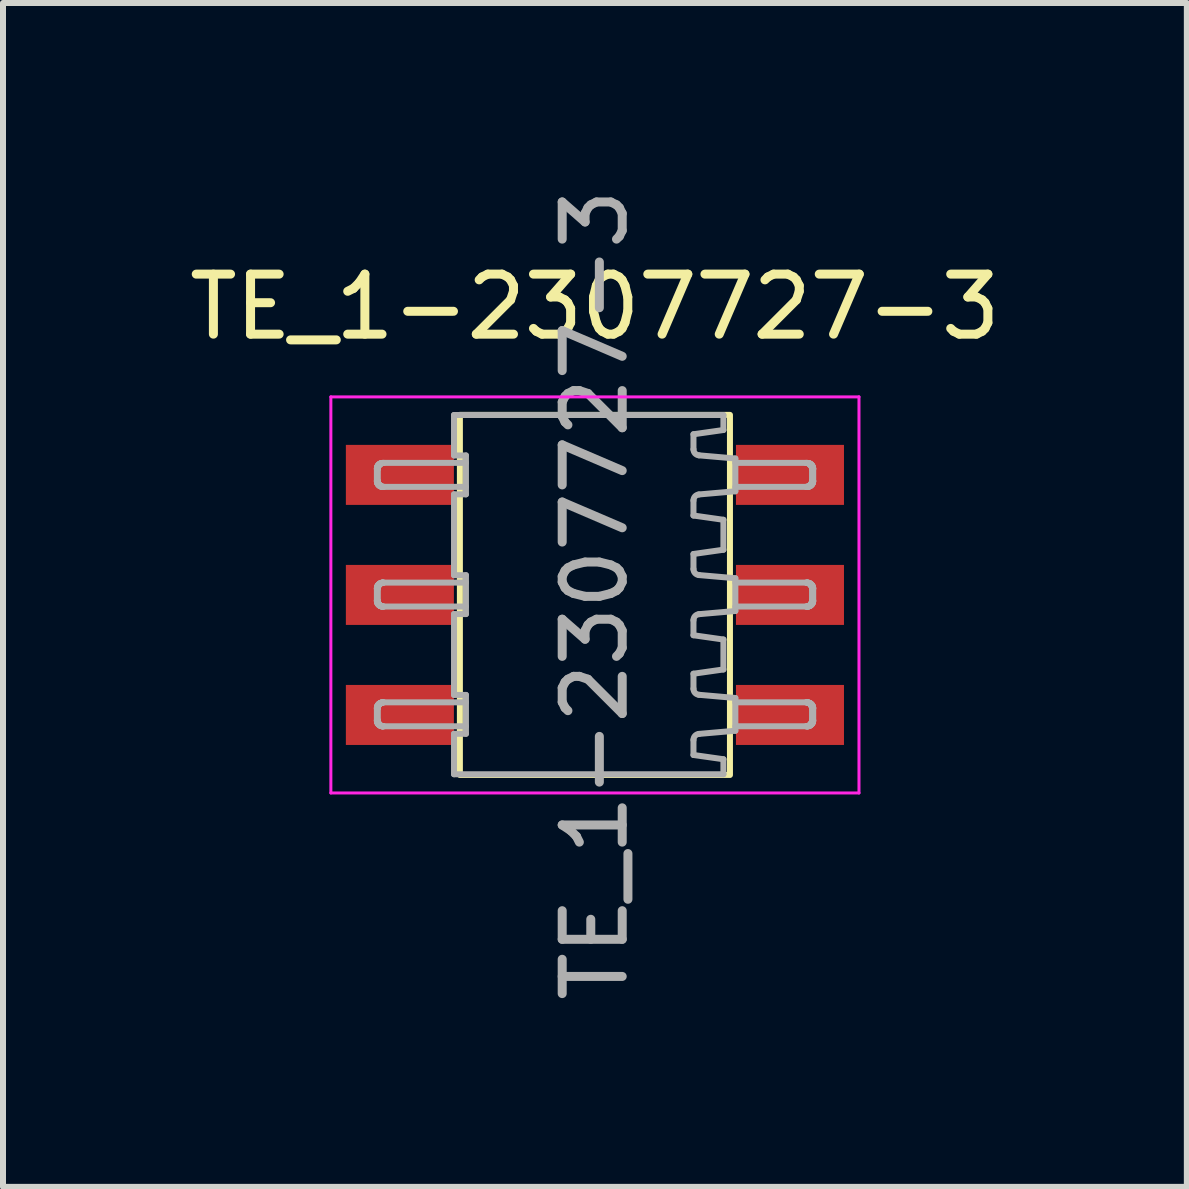
<source format=kicad_pcb>
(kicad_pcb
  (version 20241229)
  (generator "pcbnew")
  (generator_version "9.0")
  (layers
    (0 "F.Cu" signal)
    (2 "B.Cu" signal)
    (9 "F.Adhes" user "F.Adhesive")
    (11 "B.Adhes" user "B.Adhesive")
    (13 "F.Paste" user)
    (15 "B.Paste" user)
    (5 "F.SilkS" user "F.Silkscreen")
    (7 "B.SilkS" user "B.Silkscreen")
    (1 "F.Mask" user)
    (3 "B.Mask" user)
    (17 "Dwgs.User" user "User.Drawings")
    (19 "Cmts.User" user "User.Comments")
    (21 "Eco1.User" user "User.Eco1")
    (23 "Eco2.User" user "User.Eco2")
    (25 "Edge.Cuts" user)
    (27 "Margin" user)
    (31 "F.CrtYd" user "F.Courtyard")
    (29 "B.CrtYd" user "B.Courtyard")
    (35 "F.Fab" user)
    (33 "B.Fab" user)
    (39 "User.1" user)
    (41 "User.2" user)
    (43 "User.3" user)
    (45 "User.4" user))
  (footprint "TE_1-2307727-3"
    (layer "F.Cu")
    (at 6.863 6.863)
    (property "Reference" "TE_1-2307727-3" (at 0 -4.8 0) (layer "F.SilkS") (effects (font (size 1 1) (thickness 0.15))))
    (attr smd)
    (fp_rect (start -2.25 -3) (end 2.25 3) (stroke (width 0.1) (type solid)) (fill no) (layer "F.SilkS"))
    (fp_line (start -4.4 -3.3) (end 4.4 -3.3) (stroke (width 0.05) (type solid)) (layer "F.CrtYd"))
    (fp_line (start -4.4 3.3) (end -4.4 -3.3) (stroke (width 0.05) (type solid)) (layer "F.CrtYd"))
    (fp_line (start 4.4 -3.3) (end 4.4 3.3) (stroke (width 0.05) (type solid)) (layer "F.CrtYd"))
    (fp_line (start 4.4 3.3) (end -4.4 3.3) (stroke (width 0.05) (type solid)) (layer "F.CrtYd"))
    (fp_line (start -3.633 -2.1) (end -3.633 -1.9) (stroke (width 0.1) (type solid)) (layer "F.Fab"))
    (fp_line (start -3.633 -2.1) (end -3.633 -2.107) (stroke (width 0.1) (type solid)) (layer "F.Fab"))
    (fp_line (start -3.633 -0.105) (end -3.633 0.095) (stroke (width 0.1) (type solid)) (layer "F.Fab"))
    (fp_line (start -3.633 -0.105) (end -3.633 -0.112) (stroke (width 0.1) (type solid)) (layer "F.Fab"))
    (fp_line (start -3.633 1.89) (end -3.633 2.09) (stroke (width 0.1) (type solid)) (layer "F.Fab"))
    (fp_line (start -3.633 1.89) (end -3.633 1.883) (stroke (width 0.1) (type solid)) (layer "F.Fab"))
    (fp_line (start -3.633 -1.893) (end -3.633 -1.9) (stroke (width 0.1) (type solid)) (layer "F.Fab"))
    (fp_line (start -3.633 0.102) (end -3.633 0.095) (stroke (width 0.1) (type solid)) (layer "F.Fab"))
    (fp_line (start -3.633 2.097) (end -3.633 2.09) (stroke (width 0.1) (type solid)) (layer "F.Fab"))
    (fp_line (start -3.633 -2.107) (end -3.632 -2.112) (stroke (width 0.1) (type solid)) (layer "F.Fab"))
    (fp_line (start -3.633 -0.112) (end -3.632 -0.117) (stroke (width 0.1) (type solid)) (layer "F.Fab"))
    (fp_line (start -3.633 1.883) (end -3.632 1.878) (stroke (width 0.1) (type solid)) (layer "F.Fab"))
    (fp_line (start -3.632 -1.888) (end -3.633 -1.893) (stroke (width 0.1) (type solid)) (layer "F.Fab"))
    (fp_line (start -3.632 0.107) (end -3.633 0.102) (stroke (width 0.1) (type solid)) (layer "F.Fab"))
    (fp_line (start -3.632 2.102) (end -3.633 2.097) (stroke (width 0.1) (type solid)) (layer "F.Fab"))
    (fp_line (start -3.632 -2.112) (end -3.631 -2.119) (stroke (width 0.1) (type solid)) (layer "F.Fab"))
    (fp_line (start -3.632 -0.117) (end -3.631 -0.124) (stroke (width 0.1) (type solid)) (layer "F.Fab"))
    (fp_line (start -3.632 1.878) (end -3.631 1.871) (stroke (width 0.1) (type solid)) (layer "F.Fab"))
    (fp_line (start -3.631 -1.881) (end -3.632 -1.888) (stroke (width 0.1) (type solid)) (layer "F.Fab"))
    (fp_line (start -3.631 0.114) (end -3.632 0.107) (stroke (width 0.1) (type solid)) (layer "F.Fab"))
    (fp_line (start -3.631 2.109) (end -3.632 2.102) (stroke (width 0.1) (type solid)) (layer "F.Fab"))
    (fp_line (start -3.631 -2.119) (end -3.63 -2.126) (stroke (width 0.1) (type solid)) (layer "F.Fab"))
    (fp_line (start -3.631 -0.124) (end -3.63 -0.131) (stroke (width 0.1) (type solid)) (layer "F.Fab"))
    (fp_line (start -3.631 1.871) (end -3.63 1.864) (stroke (width 0.1) (type solid)) (layer "F.Fab"))
    (fp_line (start -3.63 -1.874) (end -3.631 -1.881) (stroke (width 0.1) (type solid)) (layer "F.Fab"))
    (fp_line (start -3.63 0.121) (end -3.631 0.114) (stroke (width 0.1) (type solid)) (layer "F.Fab"))
    (fp_line (start -3.63 2.116) (end -3.631 2.109) (stroke (width 0.1) (type solid)) (layer "F.Fab"))
    (fp_line (start -3.63 -2.126) (end -3.628 -2.131) (stroke (width 0.1) (type solid)) (layer "F.Fab"))
    (fp_line (start -3.63 -0.131) (end -3.628 -0.136) (stroke (width 0.1) (type solid)) (layer "F.Fab"))
    (fp_line (start -3.63 1.864) (end -3.628 1.859) (stroke (width 0.1) (type solid)) (layer "F.Fab"))
    (fp_line (start -3.628 -1.869) (end -3.63 -1.874) (stroke (width 0.1) (type solid)) (layer "F.Fab"))
    (fp_line (start -3.628 0.126) (end -3.63 0.121) (stroke (width 0.1) (type solid)) (layer "F.Fab"))
    (fp_line (start -3.628 2.121) (end -3.63 2.116) (stroke (width 0.1) (type solid)) (layer "F.Fab"))
    (fp_line (start -3.628 -2.131) (end -3.626 -2.138) (stroke (width 0.1) (type solid)) (layer "F.Fab"))
    (fp_line (start -3.628 -0.136) (end -3.626 -0.143) (stroke (width 0.1) (type solid)) (layer "F.Fab"))
    (fp_line (start -3.628 1.859) (end -3.626 1.852) (stroke (width 0.1) (type solid)) (layer "F.Fab"))
    (fp_line (start -3.626 -1.862) (end -3.628 -1.869) (stroke (width 0.1) (type solid)) (layer "F.Fab"))
    (fp_line (start -3.626 0.133) (end -3.628 0.126) (stroke (width 0.1) (type solid)) (layer "F.Fab"))
    (fp_line (start -3.626 2.128) (end -3.628 2.121) (stroke (width 0.1) (type solid)) (layer "F.Fab"))
    (fp_line (start -3.626 -2.138) (end -3.623 -2.145) (stroke (width 0.1) (type solid)) (layer "F.Fab"))
    (fp_line (start -3.626 -0.143) (end -3.623 -0.15) (stroke (width 0.1) (type solid)) (layer "F.Fab"))
    (fp_line (start -3.626 1.852) (end -3.623 1.845) (stroke (width 0.1) (type solid)) (layer "F.Fab"))
    (fp_line (start -3.623 -1.855) (end -3.626 -1.862) (stroke (width 0.1) (type solid)) (layer "F.Fab"))
    (fp_line (start -3.623 0.14) (end -3.626 0.133) (stroke (width 0.1) (type solid)) (layer "F.Fab"))
    (fp_line (start -3.623 2.135) (end -3.626 2.128) (stroke (width 0.1) (type solid)) (layer "F.Fab"))
    (fp_line (start -3.623 -2.145) (end -3.62 -2.149) (stroke (width 0.1) (type solid)) (layer "F.Fab"))
    (fp_line (start -3.623 -0.15) (end -3.62 -0.154) (stroke (width 0.1) (type solid)) (layer "F.Fab"))
    (fp_line (start -3.623 1.845) (end -3.62 1.841) (stroke (width 0.1) (type solid)) (layer "F.Fab"))
    (fp_line (start -3.62 -1.851) (end -3.623 -1.855) (stroke (width 0.1) (type solid)) (layer "F.Fab"))
    (fp_line (start -3.62 0.144) (end -3.623 0.14) (stroke (width 0.1) (type solid)) (layer "F.Fab"))
    (fp_line (start -3.62 2.139) (end -3.623 2.135) (stroke (width 0.1) (type solid)) (layer "F.Fab"))
    (fp_line (start -3.62 -2.149) (end -3.616 -2.155) (stroke (width 0.1) (type solid)) (layer "F.Fab"))
    (fp_line (start -3.62 -0.154) (end -3.616 -0.16) (stroke (width 0.1) (type solid)) (layer "F.Fab"))
    (fp_line (start -3.62 1.841) (end -3.616 1.835) (stroke (width 0.1) (type solid)) (layer "F.Fab"))
    (fp_line (start -3.618 -2.1) (end -3.633 -2.1) (stroke (width 0.1) (type solid)) (layer "F.Fab"))
    (fp_line (start -3.618 -2.1) (end -3.618 -1.9) (stroke (width 0.1) (type solid)) (layer "F.Fab"))
    (fp_line (start -3.618 -1.9) (end -3.633 -1.9) (stroke (width 0.1) (type solid)) (layer "F.Fab"))
    (fp_line (start -3.618 -1.9) (end -3.617 -1.893) (stroke (width 0.1) (type solid)) (layer "F.Fab"))
    (fp_line (start -3.618 -0.105) (end -3.633 -0.105) (stroke (width 0.1) (type solid)) (layer "F.Fab"))
    (fp_line (start -3.618 -0.105) (end -3.618 0.095) (stroke (width 0.1) (type solid)) (layer "F.Fab"))
    (fp_line (start -3.618 0.095) (end -3.633 0.095) (stroke (width 0.1) (type solid)) (layer "F.Fab"))
    (fp_line (start -3.618 0.095) (end -3.617 0.102) (stroke (width 0.1) (type solid)) (layer "F.Fab"))
    (fp_line (start -3.618 1.89) (end -3.633 1.89) (stroke (width 0.1) (type solid)) (layer "F.Fab"))
    (fp_line (start -3.618 1.89) (end -3.618 2.09) (stroke (width 0.1) (type solid)) (layer "F.Fab"))
    (fp_line (start -3.618 2.09) (end -3.633 2.09) (stroke (width 0.1) (type solid)) (layer "F.Fab"))
    (fp_line (start -3.618 2.09) (end -3.617 2.097) (stroke (width 0.1) (type solid)) (layer "F.Fab"))
    (fp_line (start -3.617 -2.107) (end -3.618 -2.1) (stroke (width 0.1) (type solid)) (layer "F.Fab"))
    (fp_line (start -3.617 -1.893) (end -3.617 -1.888) (stroke (width 0.1) (type solid)) (layer "F.Fab"))
    (fp_line (start -3.617 -0.112) (end -3.618 -0.105) (stroke (width 0.1) (type solid)) (layer "F.Fab"))
    (fp_line (start -3.617 0.102) (end -3.617 0.107) (stroke (width 0.1) (type solid)) (layer "F.Fab"))
    (fp_line (start -3.617 1.883) (end -3.618 1.89) (stroke (width 0.1) (type solid)) (layer "F.Fab"))
    (fp_line (start -3.617 2.097) (end -3.617 2.102) (stroke (width 0.1) (type solid)) (layer "F.Fab"))
    (fp_line (start -3.617 -2.112) (end -3.617 -2.107) (stroke (width 0.1) (type solid)) (layer "F.Fab"))
    (fp_line (start -3.617 -1.888) (end -3.616 -1.881) (stroke (width 0.1) (type solid)) (layer "F.Fab"))
    (fp_line (start -3.617 -0.117) (end -3.617 -0.112) (stroke (width 0.1) (type solid)) (layer "F.Fab"))
    (fp_line (start -3.617 0.107) (end -3.616 0.114) (stroke (width 0.1) (type solid)) (layer "F.Fab"))
    (fp_line (start -3.617 1.878) (end -3.617 1.883) (stroke (width 0.1) (type solid)) (layer "F.Fab"))
    (fp_line (start -3.617 2.102) (end -3.616 2.109) (stroke (width 0.1) (type solid)) (layer "F.Fab"))
    (fp_line (start -3.616 -1.845) (end -3.62 -1.851) (stroke (width 0.1) (type solid)) (layer "F.Fab"))
    (fp_line (start -3.616 0.15) (end -3.62 0.144) (stroke (width 0.1) (type solid)) (layer "F.Fab"))
    (fp_line (start -3.616 2.145) (end -3.62 2.139) (stroke (width 0.1) (type solid)) (layer "F.Fab"))
    (fp_line (start -3.616 -2.155) (end -3.612 -2.161) (stroke (width 0.1) (type solid)) (layer "F.Fab"))
    (fp_line (start -3.616 -0.16) (end -3.612 -0.166) (stroke (width 0.1) (type solid)) (layer "F.Fab"))
    (fp_line (start -3.616 1.835) (end -3.612 1.829) (stroke (width 0.1) (type solid)) (layer "F.Fab"))
    (fp_line (start -3.616 -2.119) (end -3.617 -2.112) (stroke (width 0.1) (type solid)) (layer "F.Fab"))
    (fp_line (start -3.616 -0.124) (end -3.617 -0.117) (stroke (width 0.1) (type solid)) (layer "F.Fab"))
    (fp_line (start -3.616 1.871) (end -3.617 1.878) (stroke (width 0.1) (type solid)) (layer "F.Fab"))
    (fp_line (start -3.616 -1.881) (end -3.614 -1.874) (stroke (width 0.1) (type solid)) (layer "F.Fab"))
    (fp_line (start -3.616 0.114) (end -3.614 0.121) (stroke (width 0.1) (type solid)) (layer "F.Fab"))
    (fp_line (start -3.616 2.109) (end -3.614 2.116) (stroke (width 0.1) (type solid)) (layer "F.Fab"))
    (fp_line (start -3.614 -2.126) (end -3.616 -2.119) (stroke (width 0.1) (type solid)) (layer "F.Fab"))
    (fp_line (start -3.614 -0.131) (end -3.616 -0.124) (stroke (width 0.1) (type solid)) (layer "F.Fab"))
    (fp_line (start -3.614 1.864) (end -3.616 1.871) (stroke (width 0.1) (type solid)) (layer "F.Fab"))
    (fp_line (start -3.614 -1.874) (end -3.613 -1.869) (stroke (width 0.1) (type solid)) (layer "F.Fab"))
    (fp_line (start -3.614 0.121) (end -3.613 0.126) (stroke (width 0.1) (type solid)) (layer "F.Fab"))
    (fp_line (start -3.614 2.116) (end -3.613 2.121) (stroke (width 0.1) (type solid)) (layer "F.Fab"))
    (fp_line (start -3.613 -2.131) (end -3.614 -2.126) (stroke (width 0.1) (type solid)) (layer "F.Fab"))
    (fp_line (start -3.613 -0.136) (end -3.614 -0.131) (stroke (width 0.1) (type solid)) (layer "F.Fab"))
    (fp_line (start -3.613 1.859) (end -3.614 1.864) (stroke (width 0.1) (type solid)) (layer "F.Fab"))
    (fp_line (start -3.613 -1.869) (end -3.61 -1.862) (stroke (width 0.1) (type solid)) (layer "F.Fab"))
    (fp_line (start -3.613 0.126) (end -3.61 0.133) (stroke (width 0.1) (type solid)) (layer "F.Fab"))
    (fp_line (start -3.613 2.121) (end -3.61 2.128) (stroke (width 0.1) (type solid)) (layer "F.Fab"))
    (fp_line (start -3.612 -1.839) (end -3.616 -1.845) (stroke (width 0.1) (type solid)) (layer "F.Fab"))
    (fp_line (start -3.612 0.156) (end -3.616 0.15) (stroke (width 0.1) (type solid)) (layer "F.Fab"))
    (fp_line (start -3.612 2.151) (end -3.616 2.145) (stroke (width 0.1) (type solid)) (layer "F.Fab"))
    (fp_line (start -3.612 -2.161) (end -3.609 -2.165) (stroke (width 0.1) (type solid)) (layer "F.Fab"))
    (fp_line (start -3.612 -0.166) (end -3.609 -0.17) (stroke (width 0.1) (type solid)) (layer "F.Fab"))
    (fp_line (start -3.612 1.829) (end -3.609 1.825) (stroke (width 0.1) (type solid)) (layer "F.Fab"))
    (fp_line (start -3.61 -2.138) (end -3.613 -2.131) (stroke (width 0.1) (type solid)) (layer "F.Fab"))
    (fp_line (start -3.61 -1.862) (end -3.607 -1.855) (stroke (width 0.1) (type solid)) (layer "F.Fab"))
    (fp_line (start -3.61 -0.143) (end -3.613 -0.136) (stroke (width 0.1) (type solid)) (layer "F.Fab"))
    (fp_line (start -3.61 0.133) (end -3.607 0.14) (stroke (width 0.1) (type solid)) (layer "F.Fab"))
    (fp_line (start -3.61 1.852) (end -3.613 1.859) (stroke (width 0.1) (type solid)) (layer "F.Fab"))
    (fp_line (start -3.61 2.128) (end -3.607 2.135) (stroke (width 0.1) (type solid)) (layer "F.Fab"))
    (fp_line (start -3.609 -1.835) (end -3.612 -1.839) (stroke (width 0.1) (type solid)) (layer "F.Fab"))
    (fp_line (start -3.609 0.16) (end -3.612 0.156) (stroke (width 0.1) (type solid)) (layer "F.Fab"))
    (fp_line (start -3.609 2.155) (end -3.612 2.151) (stroke (width 0.1) (type solid)) (layer "F.Fab"))
    (fp_line (start -3.609 -2.165) (end -3.604 -2.17) (stroke (width 0.1) (type solid)) (layer "F.Fab"))
    (fp_line (start -3.609 -0.17) (end -3.604 -0.175) (stroke (width 0.1) (type solid)) (layer "F.Fab"))
    (fp_line (start -3.609 1.825) (end -3.604 1.82) (stroke (width 0.1) (type solid)) (layer "F.Fab"))
    (fp_line (start -3.607 -2.145) (end -3.61 -2.138) (stroke (width 0.1) (type solid)) (layer "F.Fab"))
    (fp_line (start -3.607 -0.15) (end -3.61 -0.143) (stroke (width 0.1) (type solid)) (layer "F.Fab"))
    (fp_line (start -3.607 1.845) (end -3.61 1.852) (stroke (width 0.1) (type solid)) (layer "F.Fab"))
    (fp_line (start -3.607 -1.855) (end -3.605 -1.851) (stroke (width 0.1) (type solid)) (layer "F.Fab"))
    (fp_line (start -3.607 0.14) (end -3.605 0.144) (stroke (width 0.1) (type solid)) (layer "F.Fab"))
    (fp_line (start -3.607 2.135) (end -3.605 2.139) (stroke (width 0.1) (type solid)) (layer "F.Fab"))
    (fp_line (start -3.605 -2.149) (end -3.607 -2.145) (stroke (width 0.1) (type solid)) (layer "F.Fab"))
    (fp_line (start -3.605 -1.851) (end -3.601 -1.845) (stroke (width 0.1) (type solid)) (layer "F.Fab"))
    (fp_line (start -3.605 -0.154) (end -3.607 -0.15) (stroke (width 0.1) (type solid)) (layer "F.Fab"))
    (fp_line (start -3.605 0.144) (end -3.601 0.15) (stroke (width 0.1) (type solid)) (layer "F.Fab"))
    (fp_line (start -3.605 1.841) (end -3.607 1.845) (stroke (width 0.1) (type solid)) (layer "F.Fab"))
    (fp_line (start -3.605 2.139) (end -3.601 2.145) (stroke (width 0.1) (type solid)) (layer "F.Fab"))
    (fp_line (start -3.604 -1.83) (end -3.609 -1.835) (stroke (width 0.1) (type solid)) (layer "F.Fab"))
    (fp_line (start -3.604 0.165) (end -3.609 0.16) (stroke (width 0.1) (type solid)) (layer "F.Fab"))
    (fp_line (start -3.604 2.16) (end -3.609 2.155) (stroke (width 0.1) (type solid)) (layer "F.Fab"))
    (fp_line (start -3.604 -2.17) (end -3.599 -2.175) (stroke (width 0.1) (type solid)) (layer "F.Fab"))
    (fp_line (start -3.604 -0.175) (end -3.599 -0.18) (stroke (width 0.1) (type solid)) (layer "F.Fab"))
    (fp_line (start -3.604 1.82) (end -3.599 1.815) (stroke (width 0.1) (type solid)) (layer "F.Fab"))
    (fp_line (start -3.601 -2.155) (end -3.605 -2.149) (stroke (width 0.1) (type solid)) (layer "F.Fab"))
    (fp_line (start -3.601 -0.16) (end -3.605 -0.154) (stroke (width 0.1) (type solid)) (layer "F.Fab"))
    (fp_line (start -3.601 1.835) (end -3.605 1.841) (stroke (width 0.1) (type solid)) (layer "F.Fab"))
    (fp_line (start -3.601 -1.845) (end -3.597 -1.839) (stroke (width 0.1) (type solid)) (layer "F.Fab"))
    (fp_line (start -3.601 0.15) (end -3.597 0.156) (stroke (width 0.1) (type solid)) (layer "F.Fab"))
    (fp_line (start -3.601 2.145) (end -3.597 2.151) (stroke (width 0.1) (type solid)) (layer "F.Fab"))
    (fp_line (start -3.599 -1.825) (end -3.604 -1.83) (stroke (width 0.1) (type solid)) (layer "F.Fab"))
    (fp_line (start -3.599 0.17) (end -3.604 0.165) (stroke (width 0.1) (type solid)) (layer "F.Fab"))
    (fp_line (start -3.599 2.165) (end -3.604 2.16) (stroke (width 0.1) (type solid)) (layer "F.Fab"))
    (fp_line (start -3.599 -2.175) (end -3.595 -2.178) (stroke (width 0.1) (type solid)) (layer "F.Fab"))
    (fp_line (start -3.599 -0.18) (end -3.595 -0.183) (stroke (width 0.1) (type solid)) (layer "F.Fab"))
    (fp_line (start -3.599 1.815) (end -3.595 1.812) (stroke (width 0.1) (type solid)) (layer "F.Fab"))
    (fp_line (start -3.597 -2.161) (end -3.601 -2.155) (stroke (width 0.1) (type solid)) (layer "F.Fab"))
    (fp_line (start -3.597 -1.839) (end -3.593 -1.835) (stroke (width 0.1) (type solid)) (layer "F.Fab"))
    (fp_line (start -3.597 -0.166) (end -3.601 -0.16) (stroke (width 0.1) (type solid)) (layer "F.Fab"))
    (fp_line (start -3.597 0.156) (end -3.593 0.16) (stroke (width 0.1) (type solid)) (layer "F.Fab"))
    (fp_line (start -3.597 1.829) (end -3.601 1.835) (stroke (width 0.1) (type solid)) (layer "F.Fab"))
    (fp_line (start -3.597 2.151) (end -3.593 2.155) (stroke (width 0.1) (type solid)) (layer "F.Fab"))
    (fp_line (start -3.595 -1.822) (end -3.599 -1.825) (stroke (width 0.1) (type solid)) (layer "F.Fab"))
    (fp_line (start -3.595 0.173) (end -3.599 0.17) (stroke (width 0.1) (type solid)) (layer "F.Fab"))
    (fp_line (start -3.595 2.168) (end -3.599 2.165) (stroke (width 0.1) (type solid)) (layer "F.Fab"))
    (fp_line (start -3.595 -2.178) (end -3.589 -2.183) (stroke (width 0.1) (type solid)) (layer "F.Fab"))
    (fp_line (start -3.595 -0.183) (end -3.589 -0.188) (stroke (width 0.1) (type solid)) (layer "F.Fab"))
    (fp_line (start -3.595 1.812) (end -3.589 1.807) (stroke (width 0.1) (type solid)) (layer "F.Fab"))
    (fp_line (start -3.593 -2.165) (end -3.597 -2.161) (stroke (width 0.1) (type solid)) (layer "F.Fab"))
    (fp_line (start -3.593 -0.17) (end -3.597 -0.166) (stroke (width 0.1) (type solid)) (layer "F.Fab"))
    (fp_line (start -3.593 1.825) (end -3.597 1.829) (stroke (width 0.1) (type solid)) (layer "F.Fab"))
    (fp_line (start -3.593 -1.835) (end -3.588 -1.83) (stroke (width 0.1) (type solid)) (layer "F.Fab"))
    (fp_line (start -3.593 0.16) (end -3.588 0.165) (stroke (width 0.1) (type solid)) (layer "F.Fab"))
    (fp_line (start -3.593 2.155) (end -3.588 2.16) (stroke (width 0.1) (type solid)) (layer "F.Fab"))
    (fp_line (start -3.589 -1.817) (end -3.595 -1.822) (stroke (width 0.1) (type solid)) (layer "F.Fab"))
    (fp_line (start -3.589 0.178) (end -3.595 0.173) (stroke (width 0.1) (type solid)) (layer "F.Fab"))
    (fp_line (start -3.589 2.173) (end -3.595 2.168) (stroke (width 0.1) (type solid)) (layer "F.Fab"))
    (fp_line (start -3.589 -2.183) (end -3.583 -2.187) (stroke (width 0.1) (type solid)) (layer "F.Fab"))
    (fp_line (start -3.589 -0.188) (end -3.583 -0.192) (stroke (width 0.1) (type solid)) (layer "F.Fab"))
    (fp_line (start -3.589 1.807) (end -3.583 1.803) (stroke (width 0.1) (type solid)) (layer "F.Fab"))
    (fp_line (start -3.588 -2.17) (end -3.593 -2.165) (stroke (width 0.1) (type solid)) (layer "F.Fab"))
    (fp_line (start -3.588 -1.83) (end -3.583 -1.825) (stroke (width 0.1) (type solid)) (layer "F.Fab"))
    (fp_line (start -3.588 -0.175) (end -3.593 -0.17) (stroke (width 0.1) (type solid)) (layer "F.Fab"))
    (fp_line (start -3.588 0.165) (end -3.583 0.17) (stroke (width 0.1) (type solid)) (layer "F.Fab"))
    (fp_line (start -3.588 1.82) (end -3.593 1.825) (stroke (width 0.1) (type solid)) (layer "F.Fab"))
    (fp_line (start -3.588 2.16) (end -3.583 2.165) (stroke (width 0.1) (type solid)) (layer "F.Fab"))
    (fp_line (start -3.583 -2.175) (end -3.588 -2.17) (stroke (width 0.1) (type solid)) (layer "F.Fab"))
    (fp_line (start -3.583 -0.18) (end -3.588 -0.175) (stroke (width 0.1) (type solid)) (layer "F.Fab"))
    (fp_line (start -3.583 1.815) (end -3.588 1.82) (stroke (width 0.1) (type solid)) (layer "F.Fab"))
    (fp_line (start -3.583 -1.825) (end -3.579 -1.822) (stroke (width 0.1) (type solid)) (layer "F.Fab"))
    (fp_line (start -3.583 0.17) (end -3.579 0.173) (stroke (width 0.1) (type solid)) (layer "F.Fab"))
    (fp_line (start -3.583 2.165) (end -3.579 2.168) (stroke (width 0.1) (type solid)) (layer "F.Fab"))
    (fp_line (start -3.583 -1.813) (end -3.589 -1.817) (stroke (width 0.1) (type solid)) (layer "F.Fab"))
    (fp_line (start -3.583 0.182) (end -3.589 0.178) (stroke (width 0.1) (type solid)) (layer "F.Fab"))
    (fp_line (start -3.583 2.176) (end -3.589 2.173) (stroke (width 0.1) (type solid)) (layer "F.Fab"))
    (fp_line (start -3.583 -2.187) (end -3.578 -2.189) (stroke (width 0.1) (type solid)) (layer "F.Fab"))
    (fp_line (start -3.583 -0.192) (end -3.578 -0.194) (stroke (width 0.1) (type solid)) (layer "F.Fab"))
    (fp_line (start -3.583 1.803) (end -3.578 1.801) (stroke (width 0.1) (type solid)) (layer "F.Fab"))
    (fp_line (start -3.579 -2.178) (end -3.583 -2.175) (stroke (width 0.1) (type solid)) (layer "F.Fab"))
    (fp_line (start -3.579 -0.183) (end -3.583 -0.18) (stroke (width 0.1) (type solid)) (layer "F.Fab"))
    (fp_line (start -3.579 1.812) (end -3.583 1.815) (stroke (width 0.1) (type solid)) (layer "F.Fab"))
    (fp_line (start -3.579 -1.822) (end -3.573 -1.817) (stroke (width 0.1) (type solid)) (layer "F.Fab"))
    (fp_line (start -3.579 0.173) (end -3.573 0.178) (stroke (width 0.1) (type solid)) (layer "F.Fab"))
    (fp_line (start -3.579 2.168) (end -3.573 2.173) (stroke (width 0.1) (type solid)) (layer "F.Fab"))
    (fp_line (start -3.578 -1.811) (end -3.583 -1.813) (stroke (width 0.1) (type solid)) (layer "F.Fab"))
    (fp_line (start -3.578 0.184) (end -3.583 0.182) (stroke (width 0.1) (type solid)) (layer "F.Fab"))
    (fp_line (start -3.578 2.179) (end -3.583 2.176) (stroke (width 0.1) (type solid)) (layer "F.Fab"))
    (fp_line (start -3.578 -2.189) (end -3.572 -2.192) (stroke (width 0.1) (type solid)) (layer "F.Fab"))
    (fp_line (start -3.578 -0.194) (end -3.572 -0.197) (stroke (width 0.1) (type solid)) (layer "F.Fab"))
    (fp_line (start -3.578 1.801) (end -3.572 1.798) (stroke (width 0.1) (type solid)) (layer "F.Fab"))
    (fp_line (start -3.573 -2.183) (end -3.579 -2.178) (stroke (width 0.1) (type solid)) (layer "F.Fab"))
    (fp_line (start -3.573 -1.817) (end -3.567 -1.813) (stroke (width 0.1) (type solid)) (layer "F.Fab"))
    (fp_line (start -3.573 -0.188) (end -3.579 -0.183) (stroke (width 0.1) (type solid)) (layer "F.Fab"))
    (fp_line (start -3.573 0.178) (end -3.567 0.182) (stroke (width 0.1) (type solid)) (layer "F.Fab"))
    (fp_line (start -3.573 1.807) (end -3.579 1.812) (stroke (width 0.1) (type solid)) (layer "F.Fab"))
    (fp_line (start -3.573 2.173) (end -3.567 2.176) (stroke (width 0.1) (type solid)) (layer "F.Fab"))
    (fp_line (start -3.572 -1.808) (end -3.578 -1.811) (stroke (width 0.1) (type solid)) (layer "F.Fab"))
    (fp_line (start -3.572 0.187) (end -3.578 0.184) (stroke (width 0.1) (type solid)) (layer "F.Fab"))
    (fp_line (start -3.572 2.182) (end -3.578 2.179) (stroke (width 0.1) (type solid)) (layer "F.Fab"))
    (fp_line (start -3.572 -2.192) (end -3.565 -2.194) (stroke (width 0.1) (type solid)) (layer "F.Fab"))
    (fp_line (start -3.572 -0.197) (end -3.565 -0.199) (stroke (width 0.1) (type solid)) (layer "F.Fab"))
    (fp_line (start -3.572 1.798) (end -3.565 1.796) (stroke (width 0.1) (type solid)) (layer "F.Fab"))
    (fp_line (start -3.567 -2.187) (end -3.573 -2.183) (stroke (width 0.1) (type solid)) (layer "F.Fab"))
    (fp_line (start -3.567 -0.192) (end -3.573 -0.188) (stroke (width 0.1) (type solid)) (layer "F.Fab"))
    (fp_line (start -3.567 1.803) (end -3.573 1.807) (stroke (width 0.1) (type solid)) (layer "F.Fab"))
    (fp_line (start -3.567 -1.813) (end -3.563 -1.811) (stroke (width 0.1) (type solid)) (layer "F.Fab"))
    (fp_line (start -3.567 0.182) (end -3.563 0.184) (stroke (width 0.1) (type solid)) (layer "F.Fab"))
    (fp_line (start -3.567 2.176) (end -3.563 2.179) (stroke (width 0.1) (type solid)) (layer "F.Fab"))
    (fp_line (start -3.565 -1.806) (end -3.572 -1.808) (stroke (width 0.1) (type solid)) (layer "F.Fab"))
    (fp_line (start -3.565 0.189) (end -3.572 0.187) (stroke (width 0.1) (type solid)) (layer "F.Fab"))
    (fp_line (start -3.565 2.184) (end -3.572 2.182) (stroke (width 0.1) (type solid)) (layer "F.Fab"))
    (fp_line (start -3.565 -2.194) (end -3.56 -2.196) (stroke (width 0.1) (type solid)) (layer "F.Fab"))
    (fp_line (start -3.565 -0.199) (end -3.56 -0.201) (stroke (width 0.1) (type solid)) (layer "F.Fab"))
    (fp_line (start -3.565 1.796) (end -3.56 1.794) (stroke (width 0.1) (type solid)) (layer "F.Fab"))
    (fp_line (start -3.563 -2.189) (end -3.567 -2.187) (stroke (width 0.1) (type solid)) (layer "F.Fab"))
    (fp_line (start -3.563 -1.811) (end -3.556 -1.808) (stroke (width 0.1) (type solid)) (layer "F.Fab"))
    (fp_line (start -3.563 -0.194) (end -3.567 -0.192) (stroke (width 0.1) (type solid)) (layer "F.Fab"))
    (fp_line (start -3.563 0.184) (end -3.556 0.187) (stroke (width 0.1) (type solid)) (layer "F.Fab"))
    (fp_line (start -3.563 1.801) (end -3.567 1.803) (stroke (width 0.1) (type solid)) (layer "F.Fab"))
    (fp_line (start -3.563 2.179) (end -3.556 2.182) (stroke (width 0.1) (type solid)) (layer "F.Fab"))
    (fp_line (start -3.56 -1.804) (end -3.565 -1.806) (stroke (width 0.1) (type solid)) (layer "F.Fab"))
    (fp_line (start -3.56 0.191) (end -3.565 0.189) (stroke (width 0.1) (type solid)) (layer "F.Fab"))
    (fp_line (start -3.56 2.186) (end -3.565 2.184) (stroke (width 0.1) (type solid)) (layer "F.Fab"))
    (fp_line (start -3.56 -2.196) (end -3.553 -2.198) (stroke (width 0.1) (type solid)) (layer "F.Fab"))
    (fp_line (start -3.56 -0.201) (end -3.553 -0.203) (stroke (width 0.1) (type solid)) (layer "F.Fab"))
    (fp_line (start -3.56 1.794) (end -3.553 1.792) (stroke (width 0.1) (type solid)) (layer "F.Fab"))
    (fp_line (start -3.556 -2.192) (end -3.563 -2.189) (stroke (width 0.1) (type solid)) (layer "F.Fab"))
    (fp_line (start -3.556 -1.808) (end -3.549 -1.806) (stroke (width 0.1) (type solid)) (layer "F.Fab"))
    (fp_line (start -3.556 -0.197) (end -3.563 -0.194) (stroke (width 0.1) (type solid)) (layer "F.Fab"))
    (fp_line (start -3.556 0.187) (end -3.549 0.189) (stroke (width 0.1) (type solid)) (layer "F.Fab"))
    (fp_line (start -3.556 1.798) (end -3.563 1.801) (stroke (width 0.1) (type solid)) (layer "F.Fab"))
    (fp_line (start -3.556 2.182) (end -3.549 2.184) (stroke (width 0.1) (type solid)) (layer "F.Fab"))
    (fp_line (start -3.553 -1.802) (end -3.56 -1.804) (stroke (width 0.1) (type solid)) (layer "F.Fab"))
    (fp_line (start -3.553 0.193) (end -3.56 0.191) (stroke (width 0.1) (type solid)) (layer "F.Fab"))
    (fp_line (start -3.553 2.188) (end -3.56 2.186) (stroke (width 0.1) (type solid)) (layer "F.Fab"))
    (fp_line (start -3.553 -2.198) (end -3.546 -2.199) (stroke (width 0.1) (type solid)) (layer "F.Fab"))
    (fp_line (start -3.553 -0.203) (end -3.546 -0.204) (stroke (width 0.1) (type solid)) (layer "F.Fab"))
    (fp_line (start -3.553 1.792) (end -3.546 1.791) (stroke (width 0.1) (type solid)) (layer "F.Fab"))
    (fp_line (start -3.549 -2.194) (end -3.556 -2.192) (stroke (width 0.1) (type solid)) (layer "F.Fab"))
    (fp_line (start -3.549 -0.199) (end -3.556 -0.197) (stroke (width 0.1) (type solid)) (layer "F.Fab"))
    (fp_line (start -3.549 1.796) (end -3.556 1.798) (stroke (width 0.1) (type solid)) (layer "F.Fab"))
    (fp_line (start -3.549 -1.806) (end -3.545 -1.804) (stroke (width 0.1) (type solid)) (layer "F.Fab"))
    (fp_line (start -3.549 0.189) (end -3.545 0.191) (stroke (width 0.1) (type solid)) (layer "F.Fab"))
    (fp_line (start -3.549 2.184) (end -3.545 2.186) (stroke (width 0.1) (type solid)) (layer "F.Fab"))
    (fp_line (start -3.546 -1.801) (end -3.553 -1.802) (stroke (width 0.1) (type solid)) (layer "F.Fab"))
    (fp_line (start -3.546 0.194) (end -3.553 0.193) (stroke (width 0.1) (type solid)) (layer "F.Fab"))
    (fp_line (start -3.546 2.189) (end -3.553 2.188) (stroke (width 0.1) (type solid)) (layer "F.Fab"))
    (fp_line (start -3.546 -2.199) (end -3.541 -2.199) (stroke (width 0.1) (type solid)) (layer "F.Fab"))
    (fp_line (start -3.546 -0.204) (end -3.541 -0.204) (stroke (width 0.1) (type solid)) (layer "F.Fab"))
    (fp_line (start -3.546 1.791) (end -3.541 1.791) (stroke (width 0.1) (type solid)) (layer "F.Fab"))
    (fp_line (start -3.545 -2.196) (end -3.549 -2.194) (stroke (width 0.1) (type solid)) (layer "F.Fab"))
    (fp_line (start -3.545 -1.804) (end -3.538 -1.802) (stroke (width 0.1) (type solid)) (layer "F.Fab"))
    (fp_line (start -3.545 -0.201) (end -3.549 -0.199) (stroke (width 0.1) (type solid)) (layer "F.Fab"))
    (fp_line (start -3.545 0.191) (end -3.538 0.193) (stroke (width 0.1) (type solid)) (layer "F.Fab"))
    (fp_line (start -3.545 1.794) (end -3.549 1.796) (stroke (width 0.1) (type solid)) (layer "F.Fab"))
    (fp_line (start -3.545 2.186) (end -3.538 2.188) (stroke (width 0.1) (type solid)) (layer "F.Fab"))
    (fp_line (start -3.541 -1.801) (end -3.546 -1.801) (stroke (width 0.1) (type solid)) (layer "F.Fab"))
    (fp_line (start -3.541 0.194) (end -3.546 0.194) (stroke (width 0.1) (type solid)) (layer "F.Fab"))
    (fp_line (start -3.541 2.189) (end -3.546 2.189) (stroke (width 0.1) (type solid)) (layer "F.Fab"))
    (fp_line (start -3.541 -2.199) (end -3.534 -2.2) (stroke (width 0.1) (type solid)) (layer "F.Fab"))
    (fp_line (start -3.541 -0.204) (end -3.534 -0.205) (stroke (width 0.1) (type solid)) (layer "F.Fab"))
    (fp_line (start -3.541 1.791) (end -3.534 1.79) (stroke (width 0.1) (type solid)) (layer "F.Fab"))
    (fp_line (start -3.538 -2.198) (end -3.545 -2.196) (stroke (width 0.1) (type solid)) (layer "F.Fab"))
    (fp_line (start -3.538 -1.802) (end -3.53 -1.801) (stroke (width 0.1) (type solid)) (layer "F.Fab"))
    (fp_line (start -3.538 -0.203) (end -3.545 -0.201) (stroke (width 0.1) (type solid)) (layer "F.Fab"))
    (fp_line (start -3.538 0.193) (end -3.53 0.194) (stroke (width 0.1) (type solid)) (layer "F.Fab"))
    (fp_line (start -3.538 1.792) (end -3.545 1.794) (stroke (width 0.1) (type solid)) (layer "F.Fab"))
    (fp_line (start -3.538 2.188) (end -3.53 2.189) (stroke (width 0.1) (type solid)) (layer "F.Fab"))
    (fp_line (start -3.534 -1.801) (end -3.541 -1.801) (stroke (width 0.1) (type solid)) (layer "F.Fab"))
    (fp_line (start -3.534 -1.801) (end -2.149 -1.801) (stroke (width 0.1) (type solid)) (layer "F.Fab"))
    (fp_line (start -3.534 0.194) (end -3.541 0.194) (stroke (width 0.1) (type solid)) (layer "F.Fab"))
    (fp_line (start -3.534 0.194) (end -2.149 0.194) (stroke (width 0.1) (type solid)) (layer "F.Fab"))
    (fp_line (start -3.534 2.189) (end -3.541 2.189) (stroke (width 0.1) (type solid)) (layer "F.Fab"))
    (fp_line (start -3.534 2.189) (end -2.149 2.189) (stroke (width 0.1) (type solid)) (layer "F.Fab"))
    (fp_line (start -3.53 -2.199) (end -3.538 -2.198) (stroke (width 0.1) (type solid)) (layer "F.Fab"))
    (fp_line (start -3.53 -0.204) (end -3.538 -0.203) (stroke (width 0.1) (type solid)) (layer "F.Fab"))
    (fp_line (start -3.53 1.791) (end -3.538 1.792) (stroke (width 0.1) (type solid)) (layer "F.Fab"))
    (fp_line (start -3.53 -1.801) (end -3.525 -1.801) (stroke (width 0.1) (type solid)) (layer "F.Fab"))
    (fp_line (start -3.53 0.194) (end -3.525 0.194) (stroke (width 0.1) (type solid)) (layer "F.Fab"))
    (fp_line (start -3.53 2.189) (end -3.525 2.189) (stroke (width 0.1) (type solid)) (layer "F.Fab"))
    (fp_line (start -3.525 -2.199) (end -3.53 -2.199) (stroke (width 0.1) (type solid)) (layer "F.Fab"))
    (fp_line (start -3.525 -1.801) (end -3.518 -1.801) (stroke (width 0.1) (type solid)) (layer "F.Fab"))
    (fp_line (start -3.525 -0.204) (end -3.53 -0.204) (stroke (width 0.1) (type solid)) (layer "F.Fab"))
    (fp_line (start -3.525 0.194) (end -3.518 0.194) (stroke (width 0.1) (type solid)) (layer "F.Fab"))
    (fp_line (start -3.525 1.791) (end -3.53 1.791) (stroke (width 0.1) (type solid)) (layer "F.Fab"))
    (fp_line (start -3.525 2.189) (end -3.518 2.189) (stroke (width 0.1) (type solid)) (layer "F.Fab"))
    (fp_line (start -3.518 -2.2) (end -3.525 -2.199) (stroke (width 0.1) (type solid)) (layer "F.Fab"))
    (fp_line (start -3.518 -0.205) (end -3.525 -0.204) (stroke (width 0.1) (type solid)) (layer "F.Fab"))
    (fp_line (start -3.518 1.79) (end -3.525 1.791) (stroke (width 0.1) (type solid)) (layer "F.Fab"))
    (fp_line (start -2.348 -2.998) (end 2.141 -2.998) (stroke (width 0.1) (type solid)) (layer "F.Fab"))
    (fp_line (start -2.348 -2.324) (end -2.348 -2.998) (stroke (width 0.1) (type solid)) (layer "F.Fab"))
    (fp_line (start -2.348 -2.324) (end -2.149 -2.324) (stroke (width 0.1) (type solid)) (layer "F.Fab"))
    (fp_line (start -2.348 -1.676) (end -2.149 -1.676) (stroke (width 0.1) (type solid)) (layer "F.Fab"))
    (fp_line (start -2.348 -0.329) (end -2.348 -1.676) (stroke (width 0.1) (type solid)) (layer "F.Fab"))
    (fp_line (start -2.348 -0.329) (end -2.149 -0.329) (stroke (width 0.1) (type solid)) (layer "F.Fab"))
    (fp_line (start -2.348 0.319) (end -2.149 0.319) (stroke (width 0.1) (type solid)) (layer "F.Fab"))
    (fp_line (start -2.348 1.666) (end -2.348 0.319) (stroke (width 0.1) (type solid)) (layer "F.Fab"))
    (fp_line (start -2.348 1.666) (end -2.149 1.666) (stroke (width 0.1) (type solid)) (layer "F.Fab"))
    (fp_line (start -2.348 2.314) (end -2.149 2.314) (stroke (width 0.1) (type solid)) (layer "F.Fab"))
    (fp_line (start -2.348 2.988) (end -2.348 2.315) (stroke (width 0.1) (type solid)) (layer "F.Fab"))
    (fp_line (start -2.348 2.988) (end 2.141 2.988) (stroke (width 0.1) (type solid)) (layer "F.Fab"))
    (fp_line (start -2.149 -2.2) (end -3.534 -2.2) (stroke (width 0.1) (type solid)) (layer "F.Fab"))
    (fp_line (start -2.149 -1.676) (end -2.149 -2.324) (stroke (width 0.1) (type solid)) (layer "F.Fab"))
    (fp_line (start -2.149 -0.205) (end -3.534 -0.205) (stroke (width 0.1) (type solid)) (layer "F.Fab"))
    (fp_line (start -2.149 0.319) (end -2.149 -0.329) (stroke (width 0.1) (type solid)) (layer "F.Fab"))
    (fp_line (start -2.149 1.79) (end -3.534 1.79) (stroke (width 0.1) (type solid)) (layer "F.Fab"))
    (fp_line (start -2.149 2.314) (end -2.149 1.666) (stroke (width 0.1) (type solid)) (layer "F.Fab"))
    (fp_line (start 1.642 -2.677) (end 2.141 -2.748) (stroke (width 0.1) (type solid)) (layer "F.Fab"))
    (fp_line (start 1.642 -2.426) (end 1.642 -2.677) (stroke (width 0.1) (type solid)) (layer "F.Fab"))
    (fp_line (start 1.642 -1.323) (end 1.642 -1.574) (stroke (width 0.1) (type solid)) (layer "F.Fab"))
    (fp_line (start 1.642 -0.682) (end 2.141 -0.753) (stroke (width 0.1) (type solid)) (layer "F.Fab"))
    (fp_line (start 1.642 -0.431) (end 1.642 -0.682) (stroke (width 0.1) (type solid)) (layer "F.Fab"))
    (fp_line (start 1.642 0.672) (end 1.642 0.421) (stroke (width 0.1) (type solid)) (layer "F.Fab"))
    (fp_line (start 1.642 1.313) (end 2.141 1.242) (stroke (width 0.1) (type solid)) (layer "F.Fab"))
    (fp_line (start 1.642 1.564) (end 1.642 1.313) (stroke (width 0.1) (type solid)) (layer "F.Fab"))
    (fp_line (start 1.642 2.667) (end 1.642 2.416) (stroke (width 0.1) (type solid)) (layer "F.Fab"))
    (fp_line (start 1.733 -2.326) (end 2.34 -2.273) (stroke (width 0.1) (type solid)) (layer "F.Fab"))
    (fp_line (start 1.733 -1.674) (end 2.34 -1.727) (stroke (width 0.1) (type solid)) (layer "F.Fab"))
    (fp_line (start 1.733 -0.331) (end 2.34 -0.278) (stroke (width 0.1) (type solid)) (layer "F.Fab"))
    (fp_line (start 1.733 0.321) (end 2.34 0.268) (stroke (width 0.1) (type solid)) (layer "F.Fab"))
    (fp_line (start 1.733 1.664) (end 2.34 1.717) (stroke (width 0.1) (type solid)) (layer "F.Fab"))
    (fp_line (start 1.733 2.316) (end 2.34 2.263) (stroke (width 0.1) (type solid)) (layer "F.Fab"))
    (fp_line (start 2.141 -2.748) (end 2.141 -2.998) (stroke (width 0.1) (type solid)) (layer "F.Fab"))
    (fp_line (start 2.141 -1.252) (end 1.642 -1.323) (stroke (width 0.1) (type solid)) (layer "F.Fab"))
    (fp_line (start 2.141 -1.252) (end 2.141 -0.753) (stroke (width 0.1) (type solid)) (layer "F.Fab"))
    (fp_line (start 2.141 0.743) (end 1.642 0.672) (stroke (width 0.1) (type solid)) (layer "F.Fab"))
    (fp_line (start 2.141 0.743) (end 2.141 1.242) (stroke (width 0.1) (type solid)) (layer "F.Fab"))
    (fp_line (start 2.141 2.738) (end 1.642 2.667) (stroke (width 0.1) (type solid)) (layer "F.Fab"))
    (fp_line (start 2.141 2.988) (end 2.141 2.738) (stroke (width 0.1) (type solid)) (layer "F.Fab"))
    (fp_line (start 2.34 -2.273) (end 2.34 -1.727) (stroke (width 0.1) (type solid)) (layer "F.Fab"))
    (fp_line (start 2.34 -2.2) (end 3.537 -2.2) (stroke (width 0.1) (type solid)) (layer "F.Fab"))
    (fp_line (start 2.34 -1.801) (end 3.537 -1.801) (stroke (width 0.1) (type solid)) (layer "F.Fab"))
    (fp_line (start 2.34 -0.278) (end 2.34 0.268) (stroke (width 0.1) (type solid)) (layer "F.Fab"))
    (fp_line (start 2.34 -0.205) (end 3.537 -0.205) (stroke (width 0.1) (type solid)) (layer "F.Fab"))
    (fp_line (start 2.34 0.194) (end 3.537 0.194) (stroke (width 0.1) (type solid)) (layer "F.Fab"))
    (fp_line (start 2.34 1.717) (end 2.34 2.263) (stroke (width 0.1) (type solid)) (layer "F.Fab"))
    (fp_line (start 2.34 1.79) (end 3.537 1.79) (stroke (width 0.1) (type solid)) (layer "F.Fab"))
    (fp_line (start 2.34 2.189) (end 3.537 2.189) (stroke (width 0.1) (type solid)) (layer "F.Fab"))
    (fp_line (start 3.518 -1.801) (end 3.525 -1.801) (stroke (width 0.1) (type solid)) (layer "F.Fab"))
    (fp_line (start 3.518 0.194) (end 3.525 0.194) (stroke (width 0.1) (type solid)) (layer "F.Fab"))
    (fp_line (start 3.518 2.189) (end 3.525 2.189) (stroke (width 0.1) (type solid)) (layer "F.Fab"))
    (fp_line (start 3.525 -2.199) (end 3.518 -2.2) (stroke (width 0.1) (type solid)) (layer "F.Fab"))
    (fp_line (start 3.525 -1.801) (end 3.53 -1.801) (stroke (width 0.1) (type solid)) (layer "F.Fab"))
    (fp_line (start 3.525 -0.204) (end 3.518 -0.205) (stroke (width 0.1) (type solid)) (layer "F.Fab"))
    (fp_line (start 3.525 0.194) (end 3.53 0.194) (stroke (width 0.1) (type solid)) (layer "F.Fab"))
    (fp_line (start 3.525 1.791) (end 3.518 1.79) (stroke (width 0.1) (type solid)) (layer "F.Fab"))
    (fp_line (start 3.525 2.189) (end 3.53 2.189) (stroke (width 0.1) (type solid)) (layer "F.Fab"))
    (fp_line (start 3.53 -2.199) (end 3.525 -2.199) (stroke (width 0.1) (type solid)) (layer "F.Fab"))
    (fp_line (start 3.53 -1.801) (end 3.538 -1.802) (stroke (width 0.1) (type solid)) (layer "F.Fab"))
    (fp_line (start 3.53 -0.204) (end 3.525 -0.204) (stroke (width 0.1) (type solid)) (layer "F.Fab"))
    (fp_line (start 3.53 0.194) (end 3.538 0.193) (stroke (width 0.1) (type solid)) (layer "F.Fab"))
    (fp_line (start 3.53 1.791) (end 3.525 1.791) (stroke (width 0.1) (type solid)) (layer "F.Fab"))
    (fp_line (start 3.53 2.189) (end 3.538 2.188) (stroke (width 0.1) (type solid)) (layer "F.Fab"))
    (fp_line (start 3.537 -2.2) (end 3.545 -2.199) (stroke (width 0.1) (type solid)) (layer "F.Fab"))
    (fp_line (start 3.537 -0.205) (end 3.545 -0.204) (stroke (width 0.1) (type solid)) (layer "F.Fab"))
    (fp_line (start 3.537 1.79) (end 3.545 1.791) (stroke (width 0.1) (type solid)) (layer "F.Fab"))
    (fp_line (start 3.538 -2.198) (end 3.53 -2.199) (stroke (width 0.1) (type solid)) (layer "F.Fab"))
    (fp_line (start 3.538 -1.802) (end 3.545 -1.804) (stroke (width 0.1) (type solid)) (layer "F.Fab"))
    (fp_line (start 3.538 -0.203) (end 3.53 -0.204) (stroke (width 0.1) (type solid)) (layer "F.Fab"))
    (fp_line (start 3.538 0.193) (end 3.545 0.191) (stroke (width 0.1) (type solid)) (layer "F.Fab"))
    (fp_line (start 3.538 1.792) (end 3.53 1.791) (stroke (width 0.1) (type solid)) (layer "F.Fab"))
    (fp_line (start 3.538 2.188) (end 3.545 2.186) (stroke (width 0.1) (type solid)) (layer "F.Fab"))
    (fp_line (start 3.545 -2.199) (end 3.55 -2.199) (stroke (width 0.1) (type solid)) (layer "F.Fab"))
    (fp_line (start 3.545 -1.801) (end 3.537 -1.801) (stroke (width 0.1) (type solid)) (layer "F.Fab"))
    (fp_line (start 3.545 -0.204) (end 3.55 -0.204) (stroke (width 0.1) (type solid)) (layer "F.Fab"))
    (fp_line (start 3.545 0.194) (end 3.537 0.194) (stroke (width 0.1) (type solid)) (layer "F.Fab"))
    (fp_line (start 3.545 1.791) (end 3.55 1.791) (stroke (width 0.1) (type solid)) (layer "F.Fab"))
    (fp_line (start 3.545 2.189) (end 3.537 2.189) (stroke (width 0.1) (type solid)) (layer "F.Fab"))
    (fp_line (start 3.545 -2.196) (end 3.538 -2.198) (stroke (width 0.1) (type solid)) (layer "F.Fab"))
    (fp_line (start 3.545 -1.804) (end 3.549 -1.806) (stroke (width 0.1) (type solid)) (layer "F.Fab"))
    (fp_line (start 3.545 -0.201) (end 3.538 -0.203) (stroke (width 0.1) (type solid)) (layer "F.Fab"))
    (fp_line (start 3.545 0.191) (end 3.549 0.189) (stroke (width 0.1) (type solid)) (layer "F.Fab"))
    (fp_line (start 3.545 1.794) (end 3.538 1.792) (stroke (width 0.1) (type solid)) (layer "F.Fab"))
    (fp_line (start 3.545 2.186) (end 3.549 2.184) (stroke (width 0.1) (type solid)) (layer "F.Fab"))
    (fp_line (start 3.549 -2.194) (end 3.545 -2.196) (stroke (width 0.1) (type solid)) (layer "F.Fab"))
    (fp_line (start 3.549 -1.806) (end 3.556 -1.808) (stroke (width 0.1) (type solid)) (layer "F.Fab"))
    (fp_line (start 3.549 -0.199) (end 3.545 -0.201) (stroke (width 0.1) (type solid)) (layer "F.Fab"))
    (fp_line (start 3.549 0.189) (end 3.556 0.187) (stroke (width 0.1) (type solid)) (layer "F.Fab"))
    (fp_line (start 3.549 1.796) (end 3.545 1.794) (stroke (width 0.1) (type solid)) (layer "F.Fab"))
    (fp_line (start 3.549 2.184) (end 3.556 2.182) (stroke (width 0.1) (type solid)) (layer "F.Fab"))
    (fp_line (start 3.55 -2.199) (end 3.557 -2.198) (stroke (width 0.1) (type solid)) (layer "F.Fab"))
    (fp_line (start 3.55 -1.801) (end 3.545 -1.801) (stroke (width 0.1) (type solid)) (layer "F.Fab"))
    (fp_line (start 3.55 -0.204) (end 3.557 -0.203) (stroke (width 0.1) (type solid)) (layer "F.Fab"))
    (fp_line (start 3.55 0.194) (end 3.545 0.194) (stroke (width 0.1) (type solid)) (layer "F.Fab"))
    (fp_line (start 3.55 1.791) (end 3.557 1.792) (stroke (width 0.1) (type solid)) (layer "F.Fab"))
    (fp_line (start 3.55 2.189) (end 3.545 2.189) (stroke (width 0.1) (type solid)) (layer "F.Fab"))
    (fp_line (start 3.556 -2.192) (end 3.549 -2.194) (stroke (width 0.1) (type solid)) (layer "F.Fab"))
    (fp_line (start 3.556 -1.808) (end 3.563 -1.811) (stroke (width 0.1) (type solid)) (layer "F.Fab"))
    (fp_line (start 3.556 -0.197) (end 3.549 -0.199) (stroke (width 0.1) (type solid)) (layer "F.Fab"))
    (fp_line (start 3.556 0.187) (end 3.563 0.184) (stroke (width 0.1) (type solid)) (layer "F.Fab"))
    (fp_line (start 3.556 1.798) (end 3.549 1.796) (stroke (width 0.1) (type solid)) (layer "F.Fab"))
    (fp_line (start 3.556 2.182) (end 3.563 2.179) (stroke (width 0.1) (type solid)) (layer "F.Fab"))
    (fp_line (start 3.557 -2.198) (end 3.564 -2.196) (stroke (width 0.1) (type solid)) (layer "F.Fab"))
    (fp_line (start 3.557 -1.802) (end 3.55 -1.801) (stroke (width 0.1) (type solid)) (layer "F.Fab"))
    (fp_line (start 3.557 -0.203) (end 3.564 -0.201) (stroke (width 0.1) (type solid)) (layer "F.Fab"))
    (fp_line (start 3.557 0.193) (end 3.55 0.194) (stroke (width 0.1) (type solid)) (layer "F.Fab"))
    (fp_line (start 3.557 1.792) (end 3.564 1.794) (stroke (width 0.1) (type solid)) (layer "F.Fab"))
    (fp_line (start 3.557 2.188) (end 3.55 2.189) (stroke (width 0.1) (type solid)) (layer "F.Fab"))
    (fp_line (start 3.563 -2.189) (end 3.556 -2.192) (stroke (width 0.1) (type solid)) (layer "F.Fab"))
    (fp_line (start 3.563 -1.811) (end 3.567 -1.813) (stroke (width 0.1) (type solid)) (layer "F.Fab"))
    (fp_line (start 3.563 -0.194) (end 3.556 -0.197) (stroke (width 0.1) (type solid)) (layer "F.Fab"))
    (fp_line (start 3.563 0.184) (end 3.567 0.182) (stroke (width 0.1) (type solid)) (layer "F.Fab"))
    (fp_line (start 3.563 1.801) (end 3.556 1.798) (stroke (width 0.1) (type solid)) (layer "F.Fab"))
    (fp_line (start 3.563 2.179) (end 3.567 2.176) (stroke (width 0.1) (type solid)) (layer "F.Fab"))
    (fp_line (start 3.564 -2.196) (end 3.569 -2.194) (stroke (width 0.1) (type solid)) (layer "F.Fab"))
    (fp_line (start 3.564 -1.804) (end 3.557 -1.802) (stroke (width 0.1) (type solid)) (layer "F.Fab"))
    (fp_line (start 3.564 -0.201) (end 3.569 -0.199) (stroke (width 0.1) (type solid)) (layer "F.Fab"))
    (fp_line (start 3.564 0.191) (end 3.557 0.193) (stroke (width 0.1) (type solid)) (layer "F.Fab"))
    (fp_line (start 3.564 1.794) (end 3.569 1.796) (stroke (width 0.1) (type solid)) (layer "F.Fab"))
    (fp_line (start 3.564 2.186) (end 3.557 2.188) (stroke (width 0.1) (type solid)) (layer "F.Fab"))
    (fp_line (start 3.567 -2.187) (end 3.563 -2.189) (stroke (width 0.1) (type solid)) (layer "F.Fab"))
    (fp_line (start 3.567 -1.813) (end 3.573 -1.817) (stroke (width 0.1) (type solid)) (layer "F.Fab"))
    (fp_line (start 3.567 -0.192) (end 3.563 -0.194) (stroke (width 0.1) (type solid)) (layer "F.Fab"))
    (fp_line (start 3.567 0.182) (end 3.573 0.178) (stroke (width 0.1) (type solid)) (layer "F.Fab"))
    (fp_line (start 3.567 1.803) (end 3.563 1.801) (stroke (width 0.1) (type solid)) (layer "F.Fab"))
    (fp_line (start 3.567 2.176) (end 3.573 2.173) (stroke (width 0.1) (type solid)) (layer "F.Fab"))
    (fp_line (start 3.569 -2.194) (end 3.575 -2.192) (stroke (width 0.1) (type solid)) (layer "F.Fab"))
    (fp_line (start 3.569 -1.806) (end 3.564 -1.804) (stroke (width 0.1) (type solid)) (layer "F.Fab"))
    (fp_line (start 3.569 -0.199) (end 3.575 -0.197) (stroke (width 0.1) (type solid)) (layer "F.Fab"))
    (fp_line (start 3.569 0.189) (end 3.564 0.191) (stroke (width 0.1) (type solid)) (layer "F.Fab"))
    (fp_line (start 3.569 1.796) (end 3.575 1.798) (stroke (width 0.1) (type solid)) (layer "F.Fab"))
    (fp_line (start 3.569 2.184) (end 3.564 2.186) (stroke (width 0.1) (type solid)) (layer "F.Fab"))
    (fp_line (start 3.573 -2.183) (end 3.567 -2.187) (stroke (width 0.1) (type solid)) (layer "F.Fab"))
    (fp_line (start 3.573 -1.817) (end 3.579 -1.822) (stroke (width 0.1) (type solid)) (layer "F.Fab"))
    (fp_line (start 3.573 -0.188) (end 3.567 -0.192) (stroke (width 0.1) (type solid)) (layer "F.Fab"))
    (fp_line (start 3.573 0.178) (end 3.579 0.173) (stroke (width 0.1) (type solid)) (layer "F.Fab"))
    (fp_line (start 3.573 1.807) (end 3.567 1.803) (stroke (width 0.1) (type solid)) (layer "F.Fab"))
    (fp_line (start 3.573 2.173) (end 3.579 2.168) (stroke (width 0.1) (type solid)) (layer "F.Fab"))
    (fp_line (start 3.575 -2.192) (end 3.582 -2.189) (stroke (width 0.1) (type solid)) (layer "F.Fab"))
    (fp_line (start 3.575 -1.808) (end 3.569 -1.806) (stroke (width 0.1) (type solid)) (layer "F.Fab"))
    (fp_line (start 3.575 -0.197) (end 3.582 -0.194) (stroke (width 0.1) (type solid)) (layer "F.Fab"))
    (fp_line (start 3.575 0.187) (end 3.569 0.189) (stroke (width 0.1) (type solid)) (layer "F.Fab"))
    (fp_line (start 3.575 1.798) (end 3.582 1.801) (stroke (width 0.1) (type solid)) (layer "F.Fab"))
    (fp_line (start 3.575 2.182) (end 3.569 2.184) (stroke (width 0.1) (type solid)) (layer "F.Fab"))
    (fp_line (start 3.579 -2.178) (end 3.573 -2.183) (stroke (width 0.1) (type solid)) (layer "F.Fab"))
    (fp_line (start 3.579 -1.822) (end 3.583 -1.825) (stroke (width 0.1) (type solid)) (layer "F.Fab"))
    (fp_line (start 3.579 -0.183) (end 3.573 -0.188) (stroke (width 0.1) (type solid)) (layer "F.Fab"))
    (fp_line (start 3.579 0.173) (end 3.583 0.17) (stroke (width 0.1) (type solid)) (layer "F.Fab"))
    (fp_line (start 3.579 1.812) (end 3.573 1.807) (stroke (width 0.1) (type solid)) (layer "F.Fab"))
    (fp_line (start 3.579 2.168) (end 3.583 2.165) (stroke (width 0.1) (type solid)) (layer "F.Fab"))
    (fp_line (start 3.582 -2.189) (end 3.586 -2.187) (stroke (width 0.1) (type solid)) (layer "F.Fab"))
    (fp_line (start 3.582 -1.811) (end 3.575 -1.808) (stroke (width 0.1) (type solid)) (layer "F.Fab"))
    (fp_line (start 3.582 -0.194) (end 3.586 -0.192) (stroke (width 0.1) (type solid)) (layer "F.Fab"))
    (fp_line (start 3.582 0.184) (end 3.575 0.187) (stroke (width 0.1) (type solid)) (layer "F.Fab"))
    (fp_line (start 3.582 1.801) (end 3.586 1.803) (stroke (width 0.1) (type solid)) (layer "F.Fab"))
    (fp_line (start 3.582 2.179) (end 3.575 2.182) (stroke (width 0.1) (type solid)) (layer "F.Fab"))
    (fp_line (start 3.583 -2.175) (end 3.579 -2.178) (stroke (width 0.1) (type solid)) (layer "F.Fab"))
    (fp_line (start 3.583 -1.825) (end 3.588 -1.83) (stroke (width 0.1) (type solid)) (layer "F.Fab"))
    (fp_line (start 3.583 -0.18) (end 3.579 -0.183) (stroke (width 0.1) (type solid)) (layer "F.Fab"))
    (fp_line (start 3.583 0.17) (end 3.588 0.165) (stroke (width 0.1) (type solid)) (layer "F.Fab"))
    (fp_line (start 3.583 1.815) (end 3.579 1.812) (stroke (width 0.1) (type solid)) (layer "F.Fab"))
    (fp_line (start 3.583 2.165) (end 3.588 2.16) (stroke (width 0.1) (type solid)) (layer "F.Fab"))
    (fp_line (start 3.586 -2.187) (end 3.593 -2.183) (stroke (width 0.1) (type solid)) (layer "F.Fab"))
    (fp_line (start 3.586 -1.813) (end 3.582 -1.811) (stroke (width 0.1) (type solid)) (layer "F.Fab"))
    (fp_line (start 3.586 -0.192) (end 3.593 -0.188) (stroke (width 0.1) (type solid)) (layer "F.Fab"))
    (fp_line (start 3.586 0.182) (end 3.582 0.184) (stroke (width 0.1) (type solid)) (layer "F.Fab"))
    (fp_line (start 3.586 1.803) (end 3.593 1.807) (stroke (width 0.1) (type solid)) (layer "F.Fab"))
    (fp_line (start 3.586 2.176) (end 3.582 2.179) (stroke (width 0.1) (type solid)) (layer "F.Fab"))
    (fp_line (start 3.588 -2.17) (end 3.583 -2.175) (stroke (width 0.1) (type solid)) (layer "F.Fab"))
    (fp_line (start 3.588 -1.83) (end 3.593 -1.835) (stroke (width 0.1) (type solid)) (layer "F.Fab"))
    (fp_line (start 3.588 -0.175) (end 3.583 -0.18) (stroke (width 0.1) (type solid)) (layer "F.Fab"))
    (fp_line (start 3.588 0.165) (end 3.593 0.16) (stroke (width 0.1) (type solid)) (layer "F.Fab"))
    (fp_line (start 3.588 1.82) (end 3.583 1.815) (stroke (width 0.1) (type solid)) (layer "F.Fab"))
    (fp_line (start 3.588 2.16) (end 3.593 2.155) (stroke (width 0.1) (type solid)) (layer "F.Fab"))
    (fp_line (start 3.593 -2.183) (end 3.598 -2.178) (stroke (width 0.1) (type solid)) (layer "F.Fab"))
    (fp_line (start 3.593 -1.817) (end 3.586 -1.813) (stroke (width 0.1) (type solid)) (layer "F.Fab"))
    (fp_line (start 3.593 -0.188) (end 3.598 -0.183) (stroke (width 0.1) (type solid)) (layer "F.Fab"))
    (fp_line (start 3.593 0.178) (end 3.586 0.182) (stroke (width 0.1) (type solid)) (layer "F.Fab"))
    (fp_line (start 3.593 1.807) (end 3.598 1.812) (stroke (width 0.1) (type solid)) (layer "F.Fab"))
    (fp_line (start 3.593 2.173) (end 3.586 2.176) (stroke (width 0.1) (type solid)) (layer "F.Fab"))
    (fp_line (start 3.593 -2.165) (end 3.588 -2.17) (stroke (width 0.1) (type solid)) (layer "F.Fab"))
    (fp_line (start 3.593 -1.835) (end 3.597 -1.839) (stroke (width 0.1) (type solid)) (layer "F.Fab"))
    (fp_line (start 3.593 -0.17) (end 3.588 -0.175) (stroke (width 0.1) (type solid)) (layer "F.Fab"))
    (fp_line (start 3.593 0.16) (end 3.597 0.156) (stroke (width 0.1) (type solid)) (layer "F.Fab"))
    (fp_line (start 3.593 1.825) (end 3.588 1.82) (stroke (width 0.1) (type solid)) (layer "F.Fab"))
    (fp_line (start 3.593 2.155) (end 3.597 2.151) (stroke (width 0.1) (type solid)) (layer "F.Fab"))
    (fp_line (start 3.597 -2.161) (end 3.593 -2.165) (stroke (width 0.1) (type solid)) (layer "F.Fab"))
    (fp_line (start 3.597 -1.839) (end 3.601 -1.845) (stroke (width 0.1) (type solid)) (layer "F.Fab"))
    (fp_line (start 3.597 -0.166) (end 3.593 -0.17) (stroke (width 0.1) (type solid)) (layer "F.Fab"))
    (fp_line (start 3.597 0.156) (end 3.601 0.15) (stroke (width 0.1) (type solid)) (layer "F.Fab"))
    (fp_line (start 3.597 1.829) (end 3.593 1.825) (stroke (width 0.1) (type solid)) (layer "F.Fab"))
    (fp_line (start 3.597 2.151) (end 3.601 2.145) (stroke (width 0.1) (type solid)) (layer "F.Fab"))
    (fp_line (start 3.598 -2.178) (end 3.602 -2.175) (stroke (width 0.1) (type solid)) (layer "F.Fab"))
    (fp_line (start 3.598 -1.822) (end 3.593 -1.817) (stroke (width 0.1) (type solid)) (layer "F.Fab"))
    (fp_line (start 3.598 -0.183) (end 3.602 -0.18) (stroke (width 0.1) (type solid)) (layer "F.Fab"))
    (fp_line (start 3.598 0.173) (end 3.593 0.178) (stroke (width 0.1) (type solid)) (layer "F.Fab"))
    (fp_line (start 3.598 1.812) (end 3.602 1.815) (stroke (width 0.1) (type solid)) (layer "F.Fab"))
    (fp_line (start 3.598 2.168) (end 3.593 2.173) (stroke (width 0.1) (type solid)) (layer "F.Fab"))
    (fp_line (start 3.601 -2.155) (end 3.597 -2.161) (stroke (width 0.1) (type solid)) (layer "F.Fab"))
    (fp_line (start 3.601 -1.845) (end 3.605 -1.851) (stroke (width 0.1) (type solid)) (layer "F.Fab"))
    (fp_line (start 3.601 -0.16) (end 3.597 -0.166) (stroke (width 0.1) (type solid)) (layer "F.Fab"))
    (fp_line (start 3.601 0.15) (end 3.605 0.144) (stroke (width 0.1) (type solid)) (layer "F.Fab"))
    (fp_line (start 3.601 1.835) (end 3.597 1.829) (stroke (width 0.1) (type solid)) (layer "F.Fab"))
    (fp_line (start 3.601 2.145) (end 3.605 2.139) (stroke (width 0.1) (type solid)) (layer "F.Fab"))
    (fp_line (start 3.602 -2.175) (end 3.608 -2.17) (stroke (width 0.1) (type solid)) (layer "F.Fab"))
    (fp_line (start 3.602 -1.825) (end 3.598 -1.822) (stroke (width 0.1) (type solid)) (layer "F.Fab"))
    (fp_line (start 3.602 -0.18) (end 3.608 -0.175) (stroke (width 0.1) (type solid)) (layer "F.Fab"))
    (fp_line (start 3.602 0.17) (end 3.598 0.173) (stroke (width 0.1) (type solid)) (layer "F.Fab"))
    (fp_line (start 3.602 1.815) (end 3.608 1.82) (stroke (width 0.1) (type solid)) (layer "F.Fab"))
    (fp_line (start 3.602 2.165) (end 3.598 2.168) (stroke (width 0.1) (type solid)) (layer "F.Fab"))
    (fp_line (start 3.605 -2.149) (end 3.601 -2.155) (stroke (width 0.1) (type solid)) (layer "F.Fab"))
    (fp_line (start 3.605 -1.851) (end 3.607 -1.855) (stroke (width 0.1) (type solid)) (layer "F.Fab"))
    (fp_line (start 3.605 -0.154) (end 3.601 -0.16) (stroke (width 0.1) (type solid)) (layer "F.Fab"))
    (fp_line (start 3.605 0.144) (end 3.607 0.14) (stroke (width 0.1) (type solid)) (layer "F.Fab"))
    (fp_line (start 3.605 1.841) (end 3.601 1.835) (stroke (width 0.1) (type solid)) (layer "F.Fab"))
    (fp_line (start 3.605 2.139) (end 3.607 2.135) (stroke (width 0.1) (type solid)) (layer "F.Fab"))
    (fp_line (start 3.607 -2.145) (end 3.605 -2.149) (stroke (width 0.1) (type solid)) (layer "F.Fab"))
    (fp_line (start 3.607 -1.855) (end 3.61 -1.862) (stroke (width 0.1) (type solid)) (layer "F.Fab"))
    (fp_line (start 3.607 -0.15) (end 3.605 -0.154) (stroke (width 0.1) (type solid)) (layer "F.Fab"))
    (fp_line (start 3.607 0.14) (end 3.61 0.133) (stroke (width 0.1) (type solid)) (layer "F.Fab"))
    (fp_line (start 3.607 1.845) (end 3.605 1.841) (stroke (width 0.1) (type solid)) (layer "F.Fab"))
    (fp_line (start 3.607 2.135) (end 3.61 2.128) (stroke (width 0.1) (type solid)) (layer "F.Fab"))
    (fp_line (start 3.608 -2.17) (end 3.612 -2.165) (stroke (width 0.1) (type solid)) (layer "F.Fab"))
    (fp_line (start 3.608 -1.83) (end 3.602 -1.825) (stroke (width 0.1) (type solid)) (layer "F.Fab"))
    (fp_line (start 3.608 -0.175) (end 3.612 -0.17) (stroke (width 0.1) (type solid)) (layer "F.Fab"))
    (fp_line (start 3.608 0.165) (end 3.602 0.17) (stroke (width 0.1) (type solid)) (layer "F.Fab"))
    (fp_line (start 3.608 1.82) (end 3.612 1.825) (stroke (width 0.1) (type solid)) (layer "F.Fab"))
    (fp_line (start 3.608 2.16) (end 3.602 2.165) (stroke (width 0.1) (type solid)) (layer "F.Fab"))
    (fp_line (start 3.61 -2.138) (end 3.607 -2.145) (stroke (width 0.1) (type solid)) (layer "F.Fab"))
    (fp_line (start 3.61 -1.862) (end 3.612 -1.869) (stroke (width 0.1) (type solid)) (layer "F.Fab"))
    (fp_line (start 3.61 -0.143) (end 3.607 -0.15) (stroke (width 0.1) (type solid)) (layer "F.Fab"))
    (fp_line (start 3.61 0.133) (end 3.612 0.126) (stroke (width 0.1) (type solid)) (layer "F.Fab"))
    (fp_line (start 3.61 1.852) (end 3.607 1.845) (stroke (width 0.1) (type solid)) (layer "F.Fab"))
    (fp_line (start 3.61 2.128) (end 3.612 2.121) (stroke (width 0.1) (type solid)) (layer "F.Fab"))
    (fp_line (start 3.612 -2.165) (end 3.616 -2.161) (stroke (width 0.1) (type solid)) (layer "F.Fab"))
    (fp_line (start 3.612 -0.17) (end 3.616 -0.166) (stroke (width 0.1) (type solid)) (layer "F.Fab"))
    (fp_line (start 3.612 1.825) (end 3.616 1.829) (stroke (width 0.1) (type solid)) (layer "F.Fab"))
    (fp_line (start 3.612 -2.131) (end 3.61 -2.138) (stroke (width 0.1) (type solid)) (layer "F.Fab"))
    (fp_line (start 3.612 -1.869) (end 3.614 -1.874) (stroke (width 0.1) (type solid)) (layer "F.Fab"))
    (fp_line (start 3.612 -1.835) (end 3.608 -1.83) (stroke (width 0.1) (type solid)) (layer "F.Fab"))
    (fp_line (start 3.612 -0.136) (end 3.61 -0.143) (stroke (width 0.1) (type solid)) (layer "F.Fab"))
    (fp_line (start 3.612 0.126) (end 3.614 0.121) (stroke (width 0.1) (type solid)) (layer "F.Fab"))
    (fp_line (start 3.612 0.16) (end 3.608 0.165) (stroke (width 0.1) (type solid)) (layer "F.Fab"))
    (fp_line (start 3.612 1.859) (end 3.61 1.852) (stroke (width 0.1) (type solid)) (layer "F.Fab"))
    (fp_line (start 3.612 2.121) (end 3.614 2.116) (stroke (width 0.1) (type solid)) (layer "F.Fab"))
    (fp_line (start 3.612 2.155) (end 3.608 2.16) (stroke (width 0.1) (type solid)) (layer "F.Fab"))
    (fp_line (start 3.614 -2.126) (end 3.612 -2.131) (stroke (width 0.1) (type solid)) (layer "F.Fab"))
    (fp_line (start 3.614 -1.874) (end 3.616 -1.881) (stroke (width 0.1) (type solid)) (layer "F.Fab"))
    (fp_line (start 3.614 -0.131) (end 3.612 -0.136) (stroke (width 0.1) (type solid)) (layer "F.Fab"))
    (fp_line (start 3.614 0.121) (end 3.616 0.114) (stroke (width 0.1) (type solid)) (layer "F.Fab"))
    (fp_line (start 3.614 1.864) (end 3.612 1.859) (stroke (width 0.1) (type solid)) (layer "F.Fab"))
    (fp_line (start 3.614 2.116) (end 3.616 2.109) (stroke (width 0.1) (type solid)) (layer "F.Fab"))
    (fp_line (start 3.616 -2.119) (end 3.614 -2.126) (stroke (width 0.1) (type solid)) (layer "F.Fab"))
    (fp_line (start 3.616 -1.881) (end 3.617 -1.888) (stroke (width 0.1) (type solid)) (layer "F.Fab"))
    (fp_line (start 3.616 -0.124) (end 3.614 -0.131) (stroke (width 0.1) (type solid)) (layer "F.Fab"))
    (fp_line (start 3.616 0.114) (end 3.617 0.107) (stroke (width 0.1) (type solid)) (layer "F.Fab"))
    (fp_line (start 3.616 1.871) (end 3.614 1.864) (stroke (width 0.1) (type solid)) (layer "F.Fab"))
    (fp_line (start 3.616 2.109) (end 3.617 2.102) (stroke (width 0.1) (type solid)) (layer "F.Fab"))
    (fp_line (start 3.616 -2.161) (end 3.62 -2.155) (stroke (width 0.1) (type solid)) (layer "F.Fab"))
    (fp_line (start 3.616 -1.839) (end 3.612 -1.835) (stroke (width 0.1) (type solid)) (layer "F.Fab"))
    (fp_line (start 3.616 -0.166) (end 3.62 -0.16) (stroke (width 0.1) (type solid)) (layer "F.Fab"))
    (fp_line (start 3.616 0.156) (end 3.612 0.16) (stroke (width 0.1) (type solid)) (layer "F.Fab"))
    (fp_line (start 3.616 1.829) (end 3.62 1.835) (stroke (width 0.1) (type solid)) (layer "F.Fab"))
    (fp_line (start 3.616 2.151) (end 3.612 2.155) (stroke (width 0.1) (type solid)) (layer "F.Fab"))
    (fp_line (start 3.617 -2.112) (end 3.616 -2.119) (stroke (width 0.1) (type solid)) (layer "F.Fab"))
    (fp_line (start 3.617 -1.888) (end 3.617 -1.893) (stroke (width 0.1) (type solid)) (layer "F.Fab"))
    (fp_line (start 3.617 -0.117) (end 3.616 -0.124) (stroke (width 0.1) (type solid)) (layer "F.Fab"))
    (fp_line (start 3.617 0.107) (end 3.617 0.102) (stroke (width 0.1) (type solid)) (layer "F.Fab"))
    (fp_line (start 3.617 1.878) (end 3.616 1.871) (stroke (width 0.1) (type solid)) (layer "F.Fab"))
    (fp_line (start 3.617 2.102) (end 3.617 2.097) (stroke (width 0.1) (type solid)) (layer "F.Fab"))
    (fp_line (start 3.617 -2.107) (end 3.617 -2.112) (stroke (width 0.1) (type solid)) (layer "F.Fab"))
    (fp_line (start 3.617 -1.893) (end 3.618 -1.9) (stroke (width 0.1) (type solid)) (layer "F.Fab"))
    (fp_line (start 3.617 -0.112) (end 3.617 -0.117) (stroke (width 0.1) (type solid)) (layer "F.Fab"))
    (fp_line (start 3.617 0.102) (end 3.618 0.095) (stroke (width 0.1) (type solid)) (layer "F.Fab"))
    (fp_line (start 3.617 1.883) (end 3.617 1.878) (stroke (width 0.1) (type solid)) (layer "F.Fab"))
    (fp_line (start 3.617 2.097) (end 3.618 2.09) (stroke (width 0.1) (type solid)) (layer "F.Fab"))
    (fp_line (start 3.618 -2.1) (end 3.617 -2.107) (stroke (width 0.1) (type solid)) (layer "F.Fab"))
    (fp_line (start 3.618 -2.1) (end 3.637 -2.1) (stroke (width 0.1) (type solid)) (layer "F.Fab"))
    (fp_line (start 3.618 -1.9) (end 3.618 -2.1) (stroke (width 0.1) (type solid)) (layer "F.Fab"))
    (fp_line (start 3.618 -1.9) (end 3.637 -1.9) (stroke (width 0.1) (type solid)) (layer "F.Fab"))
    (fp_line (start 3.618 -0.105) (end 3.617 -0.112) (stroke (width 0.1) (type solid)) (layer "F.Fab"))
    (fp_line (start 3.618 -0.105) (end 3.637 -0.105) (stroke (width 0.1) (type solid)) (layer "F.Fab"))
    (fp_line (start 3.618 0.095) (end 3.618 -0.105) (stroke (width 0.1) (type solid)) (layer "F.Fab"))
    (fp_line (start 3.618 0.095) (end 3.637 0.095) (stroke (width 0.1) (type solid)) (layer "F.Fab"))
    (fp_line (start 3.618 1.89) (end 3.617 1.883) (stroke (width 0.1) (type solid)) (layer "F.Fab"))
    (fp_line (start 3.618 1.89) (end 3.637 1.89) (stroke (width 0.1) (type solid)) (layer "F.Fab"))
    (fp_line (start 3.618 2.09) (end 3.618 1.89) (stroke (width 0.1) (type solid)) (layer "F.Fab"))
    (fp_line (start 3.618 2.09) (end 3.637 2.09) (stroke (width 0.1) (type solid)) (layer "F.Fab"))
    (fp_line (start 3.62 -2.155) (end 3.624 -2.149) (stroke (width 0.1) (type solid)) (layer "F.Fab"))
    (fp_line (start 3.62 -0.16) (end 3.624 -0.154) (stroke (width 0.1) (type solid)) (layer "F.Fab"))
    (fp_line (start 3.62 1.835) (end 3.624 1.841) (stroke (width 0.1) (type solid)) (layer "F.Fab"))
    (fp_line (start 3.62 -1.845) (end 3.616 -1.839) (stroke (width 0.1) (type solid)) (layer "F.Fab"))
    (fp_line (start 3.62 0.15) (end 3.616 0.156) (stroke (width 0.1) (type solid)) (layer "F.Fab"))
    (fp_line (start 3.62 2.145) (end 3.616 2.151) (stroke (width 0.1) (type solid)) (layer "F.Fab"))
    (fp_line (start 3.624 -2.149) (end 3.626 -2.145) (stroke (width 0.1) (type solid)) (layer "F.Fab"))
    (fp_line (start 3.624 -1.851) (end 3.62 -1.845) (stroke (width 0.1) (type solid)) (layer "F.Fab"))
    (fp_line (start 3.624 -0.154) (end 3.626 -0.15) (stroke (width 0.1) (type solid)) (layer "F.Fab"))
    (fp_line (start 3.624 0.144) (end 3.62 0.15) (stroke (width 0.1) (type solid)) (layer "F.Fab"))
    (fp_line (start 3.624 1.841) (end 3.626 1.845) (stroke (width 0.1) (type solid)) (layer "F.Fab"))
    (fp_line (start 3.624 2.139) (end 3.62 2.145) (stroke (width 0.1) (type solid)) (layer "F.Fab"))
    (fp_line (start 3.626 -2.145) (end 3.629 -2.138) (stroke (width 0.1) (type solid)) (layer "F.Fab"))
    (fp_line (start 3.626 -1.855) (end 3.624 -1.851) (stroke (width 0.1) (type solid)) (layer "F.Fab"))
    (fp_line (start 3.626 -0.15) (end 3.629 -0.143) (stroke (width 0.1) (type solid)) (layer "F.Fab"))
    (fp_line (start 3.626 0.14) (end 3.624 0.144) (stroke (width 0.1) (type solid)) (layer "F.Fab"))
    (fp_line (start 3.626 1.845) (end 3.629 1.852) (stroke (width 0.1) (type solid)) (layer "F.Fab"))
    (fp_line (start 3.626 2.135) (end 3.624 2.139) (stroke (width 0.1) (type solid)) (layer "F.Fab"))
    (fp_line (start 3.629 -2.138) (end 3.632 -2.131) (stroke (width 0.1) (type solid)) (layer "F.Fab"))
    (fp_line (start 3.629 -1.862) (end 3.626 -1.855) (stroke (width 0.1) (type solid)) (layer "F.Fab"))
    (fp_line (start 3.629 -0.143) (end 3.632 -0.136) (stroke (width 0.1) (type solid)) (layer "F.Fab"))
    (fp_line (start 3.629 0.133) (end 3.626 0.14) (stroke (width 0.1) (type solid)) (layer "F.Fab"))
    (fp_line (start 3.629 1.852) (end 3.632 1.859) (stroke (width 0.1) (type solid)) (layer "F.Fab"))
    (fp_line (start 3.629 2.128) (end 3.626 2.135) (stroke (width 0.1) (type solid)) (layer "F.Fab"))
    (fp_line (start 3.632 -2.131) (end 3.633 -2.126) (stroke (width 0.1) (type solid)) (layer "F.Fab"))
    (fp_line (start 3.632 -1.869) (end 3.629 -1.862) (stroke (width 0.1) (type solid)) (layer "F.Fab"))
    (fp_line (start 3.632 -0.136) (end 3.633 -0.131) (stroke (width 0.1) (type solid)) (layer "F.Fab"))
    (fp_line (start 3.632 0.126) (end 3.629 0.133) (stroke (width 0.1) (type solid)) (layer "F.Fab"))
    (fp_line (start 3.632 1.859) (end 3.633 1.864) (stroke (width 0.1) (type solid)) (layer "F.Fab"))
    (fp_line (start 3.632 2.121) (end 3.629 2.128) (stroke (width 0.1) (type solid)) (layer "F.Fab"))
    (fp_line (start 3.633 -2.126) (end 3.635 -2.119) (stroke (width 0.1) (type solid)) (layer "F.Fab"))
    (fp_line (start 3.633 -0.131) (end 3.635 -0.124) (stroke (width 0.1) (type solid)) (layer "F.Fab"))
    (fp_line (start 3.633 1.864) (end 3.635 1.871) (stroke (width 0.1) (type solid)) (layer "F.Fab"))
    (fp_line (start 3.633 -1.874) (end 3.632 -1.869) (stroke (width 0.1) (type solid)) (layer "F.Fab"))
    (fp_line (start 3.633 0.121) (end 3.632 0.126) (stroke (width 0.1) (type solid)) (layer "F.Fab"))
    (fp_line (start 3.633 2.116) (end 3.632 2.121) (stroke (width 0.1) (type solid)) (layer "F.Fab"))
    (fp_line (start 3.635 -2.119) (end 3.636 -2.112) (stroke (width 0.1) (type solid)) (layer "F.Fab"))
    (fp_line (start 3.635 -1.881) (end 3.633 -1.874) (stroke (width 0.1) (type solid)) (layer "F.Fab"))
    (fp_line (start 3.635 -0.124) (end 3.636 -0.117) (stroke (width 0.1) (type solid)) (layer "F.Fab"))
    (fp_line (start 3.635 0.114) (end 3.633 0.121) (stroke (width 0.1) (type solid)) (layer "F.Fab"))
    (fp_line (start 3.635 1.871) (end 3.636 1.878) (stroke (width 0.1) (type solid)) (layer "F.Fab"))
    (fp_line (start 3.635 2.109) (end 3.633 2.116) (stroke (width 0.1) (type solid)) (layer "F.Fab"))
    (fp_line (start 3.636 -2.112) (end 3.636 -2.107) (stroke (width 0.1) (type solid)) (layer "F.Fab"))
    (fp_line (start 3.636 -1.888) (end 3.635 -1.881) (stroke (width 0.1) (type solid)) (layer "F.Fab"))
    (fp_line (start 3.636 -0.117) (end 3.636 -0.112) (stroke (width 0.1) (type solid)) (layer "F.Fab"))
    (fp_line (start 3.636 0.107) (end 3.635 0.114) (stroke (width 0.1) (type solid)) (layer "F.Fab"))
    (fp_line (start 3.636 1.878) (end 3.636 1.883) (stroke (width 0.1) (type solid)) (layer "F.Fab"))
    (fp_line (start 3.636 2.102) (end 3.635 2.109) (stroke (width 0.1) (type solid)) (layer "F.Fab"))
    (fp_line (start 3.636 -2.107) (end 3.637 -2.1) (stroke (width 0.1) (type solid)) (layer "F.Fab"))
    (fp_line (start 3.636 -1.893) (end 3.636 -1.888) (stroke (width 0.1) (type solid)) (layer "F.Fab"))
    (fp_line (start 3.636 -0.112) (end 3.637 -0.105) (stroke (width 0.1) (type solid)) (layer "F.Fab"))
    (fp_line (start 3.636 0.102) (end 3.636 0.107) (stroke (width 0.1) (type solid)) (layer "F.Fab"))
    (fp_line (start 3.636 1.883) (end 3.637 1.89) (stroke (width 0.1) (type solid)) (layer "F.Fab"))
    (fp_line (start 3.636 2.097) (end 3.636 2.102) (stroke (width 0.1) (type solid)) (layer "F.Fab"))
    (fp_line (start 3.637 -1.9) (end 3.636 -1.893) (stroke (width 0.1) (type solid)) (layer "F.Fab"))
    (fp_line (start 3.637 -1.9) (end 3.637 -2.1) (stroke (width 0.1) (type solid)) (layer "F.Fab"))
    (fp_line (start 3.637 0.095) (end 3.636 0.102) (stroke (width 0.1) (type solid)) (layer "F.Fab"))
    (fp_line (start 3.637 0.095) (end 3.637 -0.105) (stroke (width 0.1) (type solid)) (layer "F.Fab"))
    (fp_line (start 3.637 2.09) (end 3.636 2.097) (stroke (width 0.1) (type solid)) (layer "F.Fab"))
    (fp_line (start 3.637 2.09) (end 3.637 1.89) (stroke (width 0.1) (type solid)) (layer "F.Fab"))
    (fp_curve (pts (xy 1.642 -2.426) (xy 1.642 -2.374) (xy 1.681 -2.331) (xy 1.733 -2.326)) (stroke (width 0.1) (type solid)) (layer "F.Fab"))
    (fp_curve (pts (xy 1.642 -0.431) (xy 1.642 -0.379) (xy 1.681 -0.336) (xy 1.733 -0.331)) (stroke (width 0.1) (type solid)) (layer "F.Fab"))
    (fp_curve (pts (xy 1.642 1.564) (xy 1.642 1.616) (xy 1.681 1.659) (xy 1.733 1.664)) (stroke (width 0.1) (type solid)) (layer "F.Fab"))
    (fp_curve (pts (xy 1.733 -1.674) (xy 1.681 -1.669) (xy 1.642 -1.626) (xy 1.642 -1.574)) (stroke (width 0.1) (type solid)) (layer "F.Fab"))
    (fp_curve (pts (xy 1.733 0.321) (xy 1.681 0.326) (xy 1.642 0.369) (xy 1.642 0.421)) (stroke (width 0.1) (type solid)) (layer "F.Fab"))
    (fp_curve (pts (xy 1.733 2.316) (xy 1.681 2.321) (xy 1.642 2.364) (xy 1.642 2.416)) (stroke (width 0.1) (type solid)) (layer "F.Fab"))
    (fp_text user "${REFERENCE}" (at 0 0 90) (layer "F.Fab") (effects (font (size 1 1) (thickness 0.15))))
    (pad "1" smd rect (at -3.25 -2) (size 1.8 1) (layers "F.Cu" "F.Mask" "F.Paste"))
    (pad "1" smd rect (at 3.25 -2) (size 1.8 1) (layers "F.Cu" "F.Mask" "F.Paste"))
    (pad "2" smd rect (at -3.25 0) (size 1.8 1) (layers "F.Cu" "F.Mask" "F.Paste"))
    (pad "2" smd rect (at 3.25 0) (size 1.8 1) (layers "F.Cu" "F.Mask" "F.Paste"))
    (pad "3" smd rect (at -3.25 2) (size 1.8 1) (layers "F.Cu" "F.Mask" "F.Paste"))
    (pad "3" smd rect (at 3.25 2) (size 1.8 1) (layers "F.Cu" "F.Mask" "F.Paste")))
  (gr_rect
    (start -3 -3)
    (end 16.726 16.726)
    (stroke (width 0.1) (type default))
    (fill no)
    (layer "Edge.Cuts")))
</source>
